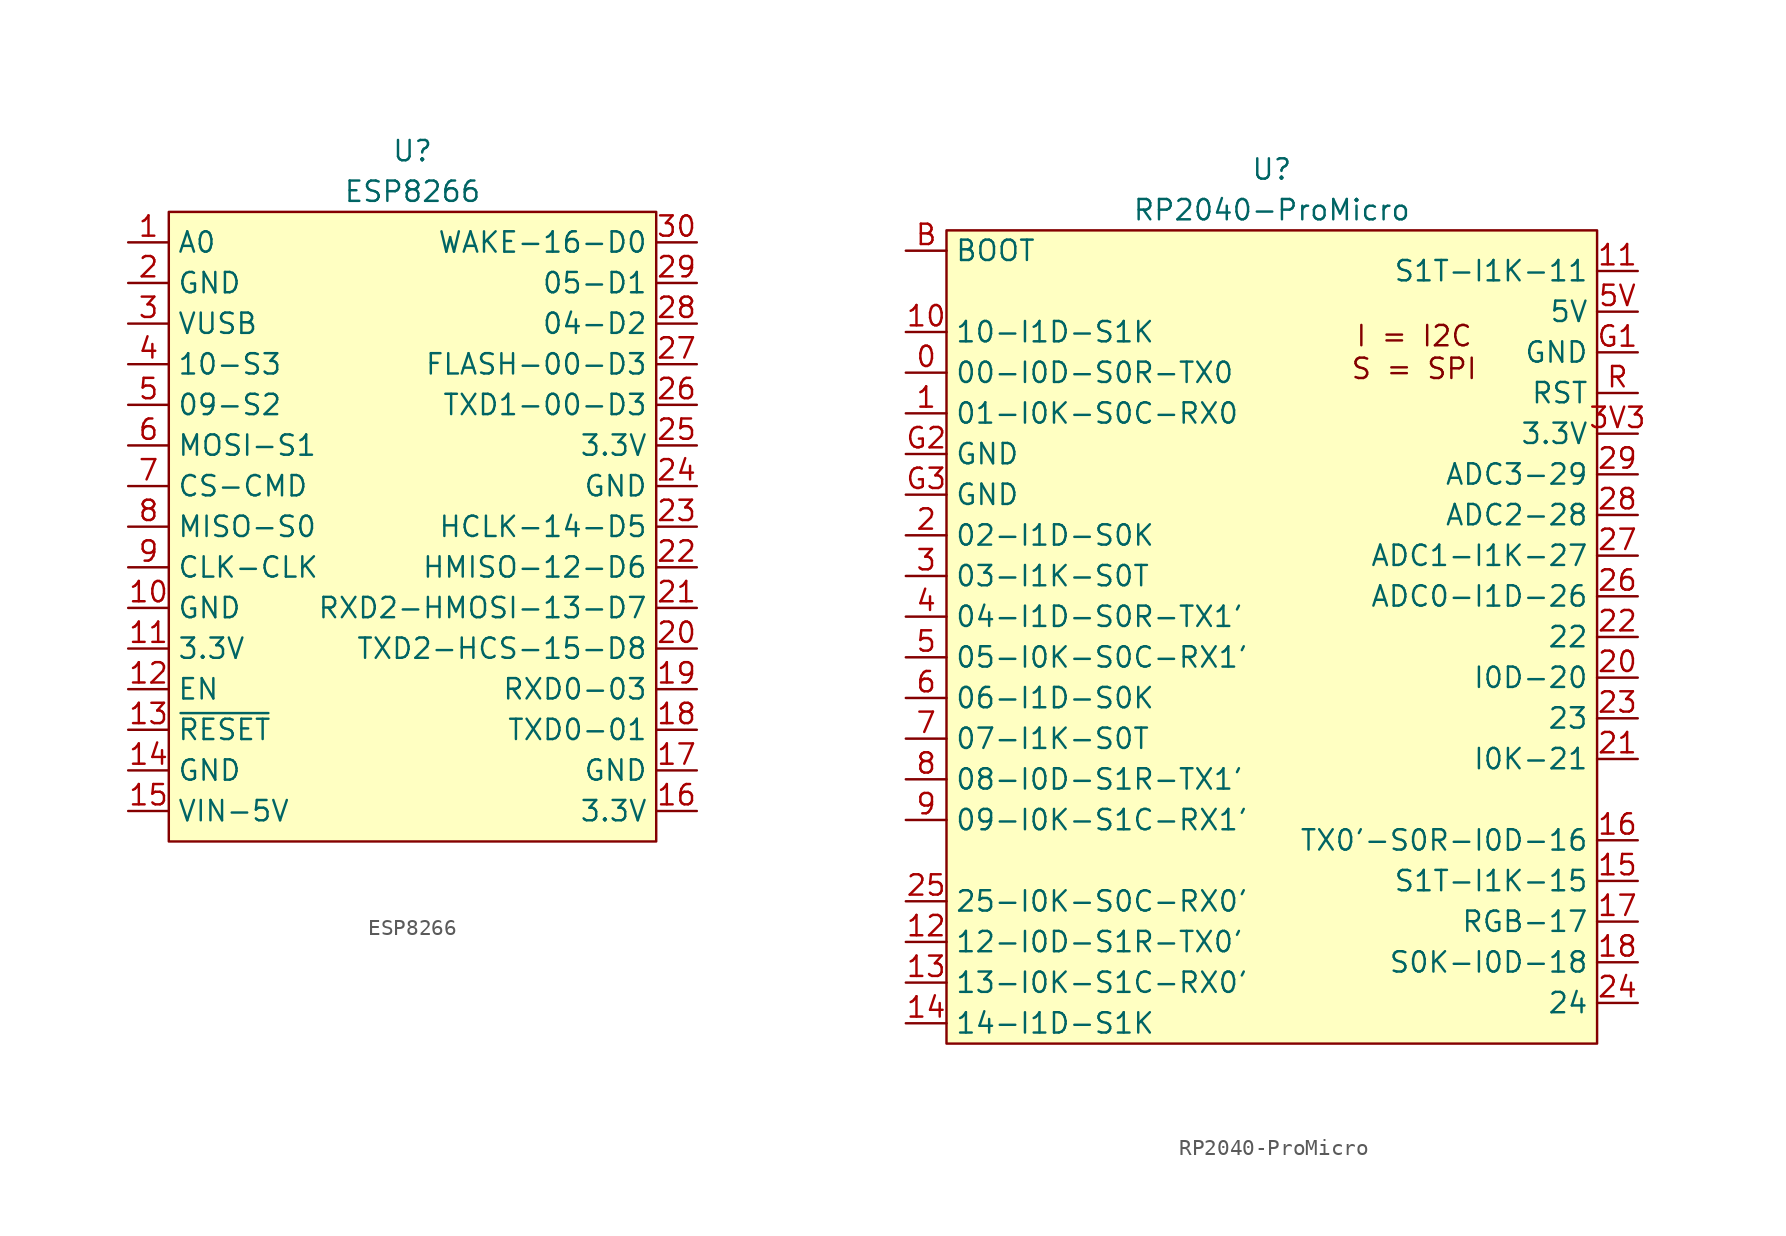
<source format=kicad_sym>
(kicad_symbol_lib
  (version 20231120)
  (generator "kicad_symbol_editor")
  (generator_version "8.0")
  (symbol "ESP8266"
    (property "Reference" "U"
      (at 0 23.495 0)
      (effects (font (size 1.27 1.27))))
    (property "Value" "ESP8266"
      (at 0 20.955 0)
      (effects (font (size 1.27 1.27))))
    (symbol "ESP8266_1_1"
      (rectangle (start -15.24 19.685) (end 15.24 -19.685) (stroke (width 0) (type default)) (fill (type background)))
      (pin input line (at -17.78 17.78 0) (length 2.54) (name "A0" (effects (font (size 1.27 1.27)))) (number "1" (effects (font (size 1.27 1.27)))))
      (pin power_in line (at -17.78 -5.08 0) (length 2.54) (name "GND" (effects (font (size 1.27 1.27)))) (number "10" (effects (font (size 1.27 1.27)))))
      (pin power_in line (at -17.78 -7.62 0) (length 2.54) (name "3.3V" (effects (font (size 1.27 1.27)))) (number "11" (effects (font (size 1.27 1.27)))))
      (pin input line (at -17.78 -10.16 0) (length 2.54) (name "EN" (effects (font (size 1.27 1.27)))) (number "12" (effects (font (size 1.27 1.27)))))
      (pin input line (at -17.78 -12.7 0) (length 2.54) (name "~{RESET}" (effects (font (size 1.27 1.27)))) (number "13" (effects (font (size 1.27 1.27)))))
      (pin power_in line (at -17.78 -15.24 0) (length 2.54) (name "GND" (effects (font (size 1.27 1.27)))) (number "14" (effects (font (size 1.27 1.27)))))
      (pin power_in line (at -17.78 -17.78 0) (length 2.54) (name "VIN-5V" (effects (font (size 1.27 1.27)))) (number "15" (effects (font (size 1.27 1.27)))))
      (pin power_in line (at 17.78 -17.78 180) (length 2.54) (name "3.3V" (effects (font (size 1.27 1.27)))) (number "16" (effects (font (size 1.27 1.27)))))
      (pin power_in line (at 17.78 -15.24 180) (length 2.54) (name "GND" (effects (font (size 1.27 1.27)))) (number "17" (effects (font (size 1.27 1.27)))))
      (pin bidirectional line (at 17.78 -12.7 180) (length 2.54) (name "TXD0-01" (effects (font (size 1.27 1.27)))) (number "18" (effects (font (size 1.27 1.27)))))
      (pin bidirectional line (at 17.78 -10.16 180) (length 2.54) (name "RXD0-03" (effects (font (size 1.27 1.27)))) (number "19" (effects (font (size 1.27 1.27)))))
      (pin power_in line (at -17.78 15.24 0) (length 2.54) (name "GND" (effects (font (size 1.27 1.27)))) (number "2" (effects (font (size 1.27 1.27)))))
      (pin bidirectional line (at 17.78 -7.62 180) (length 2.54) (name "TXD2-HCS-15-D8" (effects (font (size 1.27 1.27)))) (number "20" (effects (font (size 1.27 1.27)))))
      (pin bidirectional line (at 17.78 -5.08 180) (length 2.54) (name "RXD2-HMOSI-13-D7" (effects (font (size 1.27 1.27)))) (number "21" (effects (font (size 1.27 1.27)))))
      (pin bidirectional line (at 17.78 -2.54 180) (length 2.54) (name "HMISO-12-D6" (effects (font (size 1.27 1.27)))) (number "22" (effects (font (size 1.27 1.27)))))
      (pin bidirectional line (at 17.78 0 180) (length 2.54) (name "HCLK-14-D5" (effects (font (size 1.27 1.27)))) (number "23" (effects (font (size 1.27 1.27)))))
      (pin power_in line (at 17.78 2.54 180) (length 2.54) (name "GND" (effects (font (size 1.27 1.27)))) (number "24" (effects (font (size 1.27 1.27)))))
      (pin power_in line (at 17.78 5.08 180) (length 2.54) (name "3.3V" (effects (font (size 1.27 1.27)))) (number "25" (effects (font (size 1.27 1.27)))))
      (pin bidirectional line (at 17.78 7.62 180) (length 2.54) (name "TXD1-00-D3" (effects (font (size 1.27 1.27)))) (number "26" (effects (font (size 1.27 1.27)))))
      (pin bidirectional line (at 17.78 10.16 180) (length 2.54) (name "FLASH-00-D3" (effects (font (size 1.27 1.27)))) (number "27" (effects (font (size 1.27 1.27)))))
      (pin bidirectional line (at 17.78 12.7 180) (length 2.54) (name "04-D2" (effects (font (size 1.27 1.27)))) (number "28" (effects (font (size 1.27 1.27)))))
      (pin bidirectional line (at 17.78 15.24 180) (length 2.54) (name "05-D1" (effects (font (size 1.27 1.27)))) (number "29" (effects (font (size 1.27 1.27)))))
      (pin power_in line (at -17.78 12.7 0) (length 2.54) (name "VUSB" (effects (font (size 1.27 1.27)))) (number "3" (effects (font (size 1.27 1.27)))))
      (pin bidirectional line (at 17.78 17.78 180) (length 2.54) (name "WAKE-16-D0" (effects (font (size 1.27 1.27)))) (number "30" (effects (font (size 1.27 1.27)))))
      (pin bidirectional line (at -17.78 10.16 0) (length 2.54) (name "10-S3" (effects (font (size 1.27 1.27)))) (number "4" (effects (font (size 1.27 1.27)))))
      (pin bidirectional line (at -17.78 7.62 0) (length 2.54) (name "09-S2" (effects (font (size 1.27 1.27)))) (number "5" (effects (font (size 1.27 1.27)))))
      (pin bidirectional line (at -17.78 5.08 0) (length 2.54) (name "MOSI-S1" (effects (font (size 1.27 1.27)))) (number "6" (effects (font (size 1.27 1.27)))))
      (pin bidirectional line (at -17.78 2.54 0) (length 2.54) (name "CS-CMD" (effects (font (size 1.27 1.27)))) (number "7" (effects (font (size 1.27 1.27)))))
      (pin bidirectional line (at -17.78 0 0) (length 2.54) (name "MISO-S0" (effects (font (size 1.27 1.27)))) (number "8" (effects (font (size 1.27 1.27)))))
      (pin bidirectional line (at -17.78 -2.54 0) (length 2.54) (name "CLK-CLK" (effects (font (size 1.27 1.27)))) (number "9" (effects (font (size 1.27 1.27)))))))
  (symbol "RP2040-ProMicro"
    (property "Reference" "U"
      (at 0 29.21 0)
      (effects (font (size 1.27 1.27))))
    (property "Value" "RP2040-ProMicro"
      (at 0 26.67 0)
      (effects (font (size 1.27 1.27))))
    (symbol "RP2040-ProMicro_1_1"
      (rectangle (start -20.32 25.4) (end 20.32 -25.4) (stroke (width 0) (type default)) (fill (type background)))
      (text "I = I2C\nS = SPI\n" (at 8.89 17.78 0) (effects (font (size 1.27 1.27))))
      (pin bidirectional line (at -22.86 16.51 0) (length 2.54) (name "00-I0D-S0R-TX0" (effects (font (size 1.27 1.27)))) (number "0" (effects (font (size 1.27 1.27)))))
      (pin bidirectional line (at -22.86 13.97 0) (length 2.54) (name "01-I0K-S0C-RX0" (effects (font (size 1.27 1.27)))) (number "1" (effects (font (size 1.27 1.27)))))
      (pin bidirectional line (at -22.86 19.05 0) (length 2.54) (name "10-I1D-S1K" (effects (font (size 1.27 1.27)))) (number "10" (effects (font (size 1.27 1.27)))))
      (pin bidirectional line (at 22.86 22.86 180) (length 2.54) (name "S1T-I1K-11" (effects (font (size 1.27 1.27)))) (number "11" (effects (font (size 1.27 1.27)))))
      (pin bidirectional line (at -22.86 -19.05 0) (length 2.54) (name "12-I0D-S1R-TX0'" (effects (font (size 1.27 1.27)))) (number "12" (effects (font (size 1.27 1.27)))))
      (pin bidirectional line (at -22.86 -21.59 0) (length 2.54) (name "13-I0K-S1C-RX0'" (effects (font (size 1.27 1.27)))) (number "13" (effects (font (size 1.27 1.27)))))
      (pin bidirectional line (at -22.86 -24.13 0) (length 2.54) (name "14-I1D-S1K" (effects (font (size 1.27 1.27)))) (number "14" (effects (font (size 1.27 1.27)))))
      (pin bidirectional line (at 22.86 -15.24 180) (length 2.54) (name "S1T-I1K-15" (effects (font (size 1.27 1.27)))) (number "15" (effects (font (size 1.27 1.27)))))
      (pin bidirectional line (at 22.86 -12.7 180) (length 2.54) (name "TX0'-S0R-I0D-16" (effects (font (size 1.27 1.27)))) (number "16" (effects (font (size 1.27 1.27)))))
      (pin bidirectional line (at 22.86 -17.78 180) (length 2.54) (name "RGB-17" (effects (font (size 1.27 1.27)))) (number "17" (effects (font (size 1.27 1.27)))))
      (pin bidirectional line (at 22.86 -20.32 180) (length 2.54) (name "S0K-I0D-18" (effects (font (size 1.27 1.27)))) (number "18" (effects (font (size 1.27 1.27)))))
      (pin bidirectional line (at -22.86 6.35 0) (length 2.54) (name "02-I1D-S0K" (effects (font (size 1.27 1.27)))) (number "2" (effects (font (size 1.27 1.27)))))
      (pin bidirectional line (at 22.86 -2.54 180) (length 2.54) (name "I0D-20" (effects (font (size 1.27 1.27)))) (number "20" (effects (font (size 1.27 1.27)))))
      (pin bidirectional line (at 22.86 -7.62 180) (length 2.54) (name "I0K-21" (effects (font (size 1.27 1.27)))) (number "21" (effects (font (size 1.27 1.27)))))
      (pin bidirectional line (at 22.86 0 180) (length 2.54) (name "22" (effects (font (size 1.27 1.27)))) (number "22" (effects (font (size 1.27 1.27)))))
      (pin bidirectional line (at 22.86 -5.08 180) (length 2.54) (name "23" (effects (font (size 1.27 1.27)))) (number "23" (effects (font (size 1.27 1.27)))))
      (pin bidirectional line (at 22.86 -22.86 180) (length 2.54) (name "24" (effects (font (size 1.27 1.27)))) (number "24" (effects (font (size 1.27 1.27)))))
      (pin bidirectional line (at -22.86 -16.51 0) (length 2.54) (name "25-I0K-S0C-RX0'" (effects (font (size 1.27 1.27)))) (number "25" (effects (font (size 1.27 1.27)))))
      (pin bidirectional line (at 22.86 2.54 180) (length 2.54) (name "ADC0-I1D-26" (effects (font (size 1.27 1.27)))) (number "26" (effects (font (size 1.27 1.27)))))
      (pin bidirectional line (at 22.86 5.08 180) (length 2.54) (name "ADC1-I1K-27" (effects (font (size 1.27 1.27)))) (number "27" (effects (font (size 1.27 1.27)))))
      (pin bidirectional line (at 22.86 7.62 180) (length 2.54) (name "ADC2-28" (effects (font (size 1.27 1.27)))) (number "28" (effects (font (size 1.27 1.27)))))
      (pin bidirectional line (at 22.86 10.16 180) (length 2.54) (name "ADC3-29" (effects (font (size 1.27 1.27)))) (number "29" (effects (font (size 1.27 1.27)))))
      (pin bidirectional line (at -22.86 3.81 0) (length 2.54) (name "03-I1K-S0T" (effects (font (size 1.27 1.27)))) (number "3" (effects (font (size 1.27 1.27)))))
      (pin power_out line (at 22.86 12.7 180) (length 2.54) (name "3.3V" (effects (font (size 1.27 1.27)))) (number "3V3" (effects (font (size 1.27 1.27)))))
      (pin bidirectional line (at -22.86 1.27 0) (length 2.54) (name "04-I1D-S0R-TX1'" (effects (font (size 1.27 1.27)))) (number "4" (effects (font (size 1.27 1.27)))))
      (pin bidirectional line (at -22.86 -1.27 0) (length 2.54) (name "05-I0K-S0C-RX1'" (effects (font (size 1.27 1.27)))) (number "5" (effects (font (size 1.27 1.27)))))
      (pin power_in line (at 22.86 20.32 180) (length 2.54) (name "5V" (effects (font (size 1.27 1.27)))) (number "5V" (effects (font (size 1.27 1.27)))))
      (pin bidirectional line (at -22.86 -3.81 0) (length 2.54) (name "06-I1D-S0K" (effects (font (size 1.27 1.27)))) (number "6" (effects (font (size 1.27 1.27)))))
      (pin bidirectional line (at -22.86 -6.35 0) (length 2.54) (name "07-I1K-S0T" (effects (font (size 1.27 1.27)))) (number "7" (effects (font (size 1.27 1.27)))))
      (pin bidirectional line (at -22.86 -8.89 0) (length 2.54) (name "08-I0D-S1R-TX1'" (effects (font (size 1.27 1.27)))) (number "8" (effects (font (size 1.27 1.27)))))
      (pin bidirectional line (at -22.86 -11.43 0) (length 2.54) (name "09-I0K-S1C-RX1'" (effects (font (size 1.27 1.27)))) (number "9" (effects (font (size 1.27 1.27)))))
      (pin bidirectional line (at -22.86 24.13 0) (length 2.54) (name "BOOT" (effects (font (size 1.27 1.27)))) (number "B" (effects (font (size 1.27 1.27)))))
      (pin power_in line (at 22.86 17.78 180) (length 2.54) (name "GND" (effects (font (size 1.27 1.27)))) (number "G1" (effects (font (size 1.27 1.27)))))
      (pin power_in line (at -22.86 11.43 0) (length 2.54) (name "GND" (effects (font (size 1.27 1.27)))) (number "G2" (effects (font (size 1.27 1.27)))))
      (pin power_in line (at -22.86 8.89 0) (length 2.54) (name "GND" (effects (font (size 1.27 1.27)))) (number "G3" (effects (font (size 1.27 1.27)))))
      (pin bidirectional line (at 22.86 15.24 180) (length 2.54) (name "RST" (effects (font (size 1.27 1.27)))) (number "R" (effects (font (size 1.27 1.27))))))))
</source>
